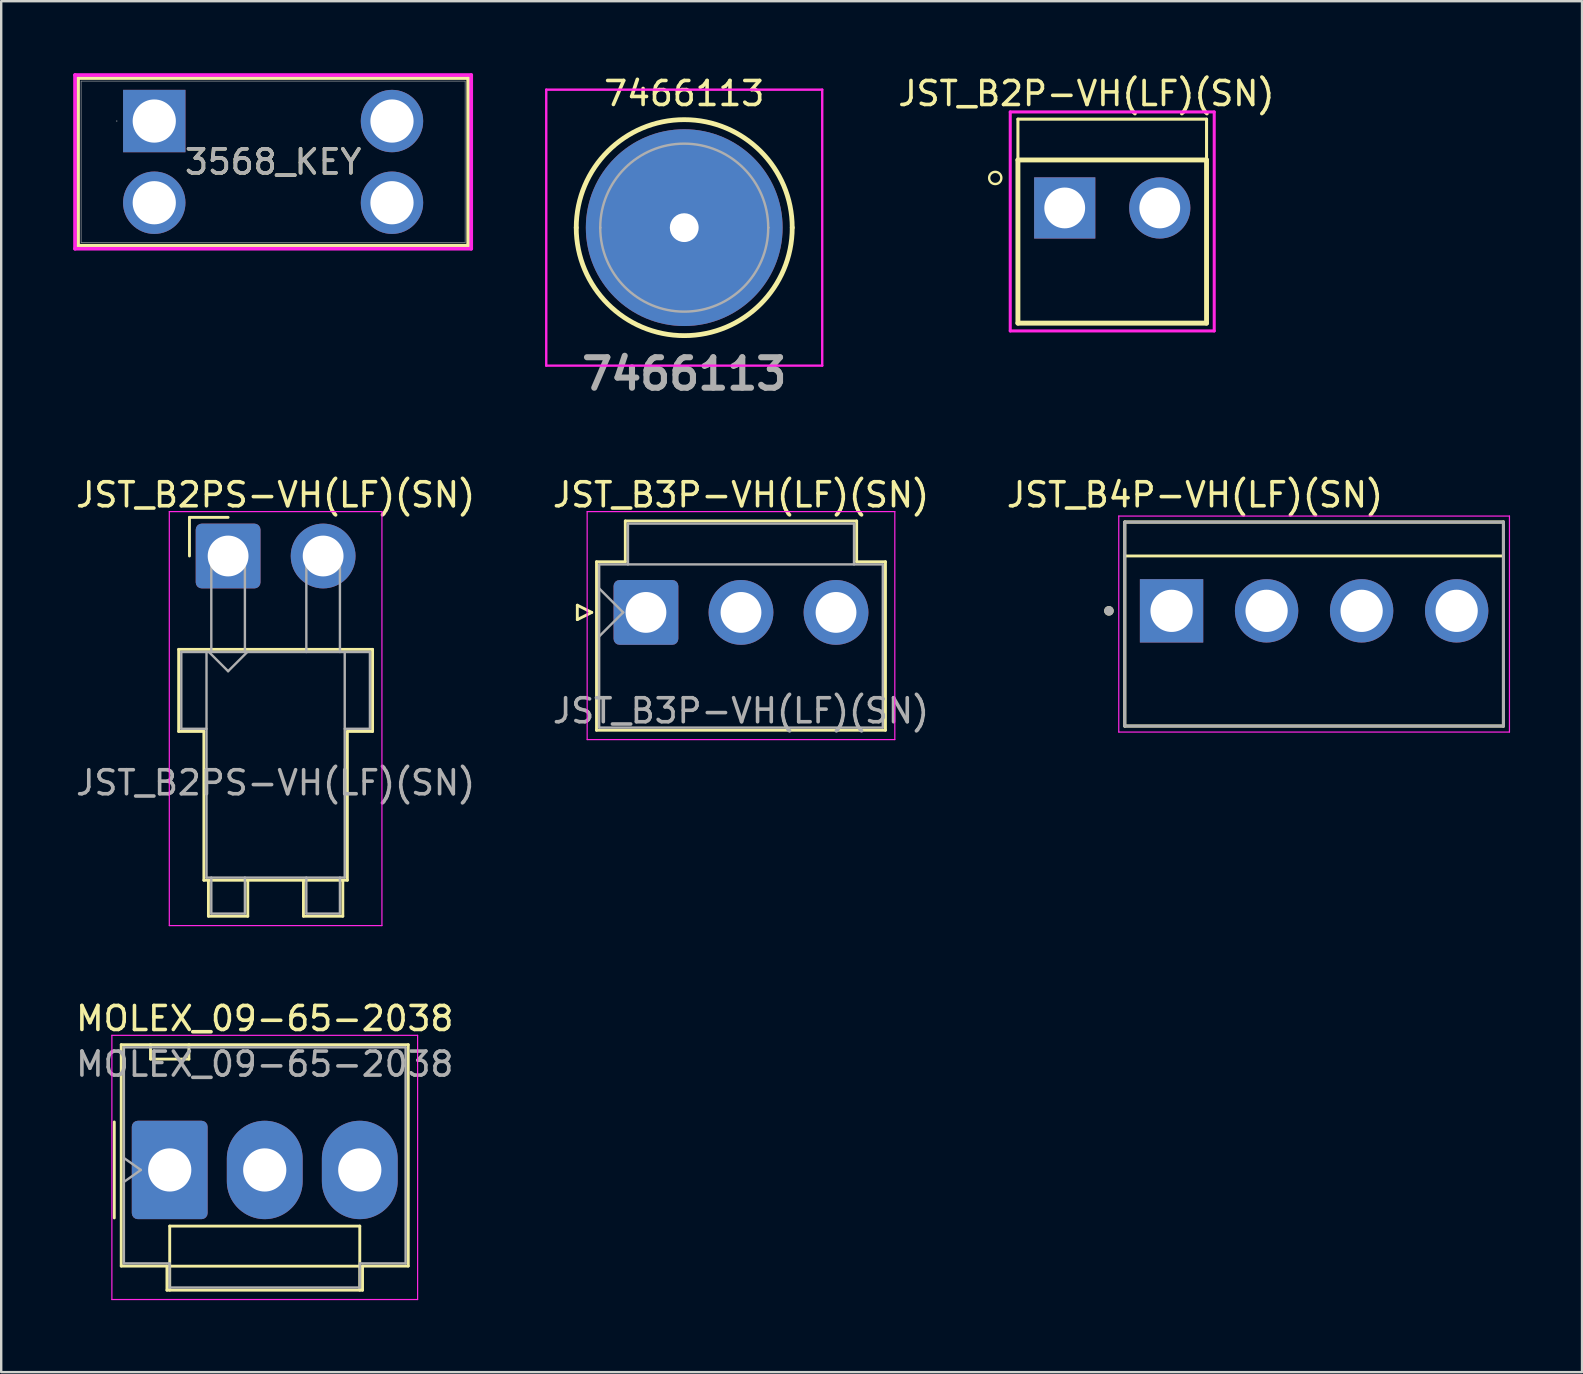
<source format=kicad_pcb>
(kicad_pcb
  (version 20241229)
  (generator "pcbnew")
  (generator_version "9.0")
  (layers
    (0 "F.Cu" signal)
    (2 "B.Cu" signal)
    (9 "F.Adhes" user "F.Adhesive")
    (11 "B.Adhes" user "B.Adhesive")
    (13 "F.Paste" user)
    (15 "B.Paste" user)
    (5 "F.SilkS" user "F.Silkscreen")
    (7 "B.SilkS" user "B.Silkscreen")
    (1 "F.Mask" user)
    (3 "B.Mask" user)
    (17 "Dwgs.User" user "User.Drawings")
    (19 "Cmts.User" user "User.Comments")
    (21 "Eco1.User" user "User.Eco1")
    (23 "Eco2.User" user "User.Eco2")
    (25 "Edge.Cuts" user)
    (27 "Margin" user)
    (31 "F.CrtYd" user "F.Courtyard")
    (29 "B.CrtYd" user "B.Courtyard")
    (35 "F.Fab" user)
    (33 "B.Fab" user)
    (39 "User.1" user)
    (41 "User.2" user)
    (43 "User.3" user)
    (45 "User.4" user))
  (footprint "3568_KEY"
    (layer "F.Cu")
    (at 3.378 1.994)
    (property "Reference" "3568_KEY" (at 4.953 1.702 0) (unlocked yes) (layer "F.SilkS") (effects (font (size 1 1) (thickness 0.15))))
    (attr through_hole)
    (fp_line (start -3.175 -1.791) (end -3.175 5.194) (stroke (width 0.152) (type solid)) (layer "F.SilkS"))
    (fp_line (start 13.081 -1.791) (end -3.175 -1.791) (stroke (width 0.152) (type solid)) (layer "F.SilkS"))
    (fp_line (start 13.081 -1.791) (end 13.081 5.194) (stroke (width 0.152) (type solid)) (layer "F.SilkS"))
    (fp_line (start 13.081 5.194) (end -3.175 5.194) (stroke (width 0.152) (type solid)) (layer "F.SilkS"))
    (fp_line (start -3.302 -1.918) (end 13.208 -1.918) (stroke (width 0.152) (type solid)) (layer "F.CrtYd"))
    (fp_line (start -3.302 5.321) (end -3.302 -1.918) (stroke (width 0.152) (type solid)) (layer "F.CrtYd"))
    (fp_line (start 13.208 -1.918) (end 13.208 5.321) (stroke (width 0.152) (type solid)) (layer "F.CrtYd"))
    (fp_line (start 13.208 5.321) (end -3.302 5.321) (stroke (width 0.152) (type solid)) (layer "F.CrtYd"))
    (fp_line (start -3.048 -1.664) (end -3.048 5.067) (stroke (width 0.025) (type solid)) (layer "F.Fab"))
    (fp_line (start 12.954 -1.664) (end -3.048 -1.664) (stroke (width 0.025) (type solid)) (layer "F.Fab"))
    (fp_line (start 12.954 -1.664) (end 12.954 5.067) (stroke (width 0.025) (type solid)) (layer "F.Fab"))
    (fp_line (start 12.954 5.067) (end -3.048 5.067) (stroke (width 0.025) (type solid)) (layer "F.Fab"))
    (fp_circle (center -1.562 0) (end -1.562 0) (stroke (width 0.025) (type solid)) (fill no) (layer "F.Fab"))
    (fp_text user "${REFERENCE}" (at 4.953 1.702 0) (unlocked yes) (layer "F.Fab") (effects (font (size 1 1) (thickness 0.15))))
    (pad "1" thru_hole rect (at 0 0) (size 2.6 2.6) (drill 1.8) (layers "*.Cu" "*.Mask"))
    (pad "2" thru_hole circle (at 0 3.404) (size 2.6 2.6) (drill 1.8) (layers "*.Cu" "*.Mask"))
    (pad "3" thru_hole circle (at 9.906 3.404) (size 2.6 2.6) (drill 1.8) (layers "*.Cu" "*.Mask"))
    (pad "4" thru_hole circle (at 9.906 0) (size 2.6 2.6) (drill 1.8) (layers "*.Cu" "*.Mask")))
  (footprint "MOLEX_09-65-2038"
    (layer "F.Cu")
    (at 4.022 45.702)
    (property "Reference" "MOLEX_09-65-2038" (at 3.96 -6.31 0) (layer "F.SilkS") (effects (font (size 1 1) (thickness 0.15))))
    (attr through_hole)
    (fp_line (start -2.31 -2) (end -2.31 2) (stroke (width 0.12) (type solid)) (layer "F.SilkS"))
    (fp_line (start -2.02 -5.22) (end 9.94 -5.22) (stroke (width 0.12) (type solid)) (layer "F.SilkS"))
    (fp_line (start -2.02 4.005) (end -2.02 -5.22) (stroke (width 0.12) (type solid)) (layer "F.SilkS"))
    (fp_line (start -0.8 -5.22) (end -0.8 -4.62) (stroke (width 0.12) (type solid)) (layer "F.SilkS"))
    (fp_line (start -0.8 -4.62) (end 0.8 -4.62) (stroke (width 0.12) (type solid)) (layer "F.SilkS"))
    (fp_line (start -0.115 4.005) (end -2.02 4.005) (stroke (width 0.12) (type solid)) (layer "F.SilkS"))
    (fp_line (start -0.115 5.01) (end -0.115 4.005) (stroke (width 0.12) (type solid)) (layer "F.SilkS"))
    (fp_line (start 0 2.34) (end 7.92 2.34) (stroke (width 0.12) (type solid)) (layer "F.SilkS"))
    (fp_line (start 0 4.01) (end 0 2.34) (stroke (width 0.12) (type solid)) (layer "F.SilkS"))
    (fp_line (start 0 4.01) (end 7.92 4.01) (stroke (width 0.12) (type solid)) (layer "F.SilkS"))
    (fp_line (start 0 5.01) (end 0 4.01) (stroke (width 0.12) (type solid)) (layer "F.SilkS"))
    (fp_line (start 0.8 -4.62) (end 0.8 -5.22) (stroke (width 0.12) (type solid)) (layer "F.SilkS"))
    (fp_line (start 7.92 2.34) (end 7.92 4.01) (stroke (width 0.12) (type solid)) (layer "F.SilkS"))
    (fp_line (start 7.92 4.01) (end 7.92 5.01) (stroke (width 0.12) (type solid)) (layer "F.SilkS"))
    (fp_line (start 8.035 4.005) (end 8.035 5.01) (stroke (width 0.12) (type solid)) (layer "F.SilkS"))
    (fp_line (start 8.035 5.01) (end -0.115 5.01) (stroke (width 0.12) (type solid)) (layer "F.SilkS"))
    (fp_line (start 9.94 -5.22) (end 9.94 4.005) (stroke (width 0.12) (type solid)) (layer "F.SilkS"))
    (fp_line (start 9.94 4.005) (end 8.035 4.005) (stroke (width 0.12) (type solid)) (layer "F.SilkS"))
    (fp_line (start -2.41 -5.61) (end -2.41 5.4) (stroke (width 0.05) (type solid)) (layer "F.CrtYd"))
    (fp_line (start -2.41 5.4) (end 10.33 5.4) (stroke (width 0.05) (type solid)) (layer "F.CrtYd"))
    (fp_line (start 10.33 -5.61) (end -2.41 -5.61) (stroke (width 0.05) (type solid)) (layer "F.CrtYd"))
    (fp_line (start 10.33 5.4) (end 10.33 -5.61) (stroke (width 0.05) (type solid)) (layer "F.CrtYd"))
    (fp_line (start -1.91 -5.11) (end 9.83 -5.11) (stroke (width 0.1) (type solid)) (layer "F.Fab"))
    (fp_line (start -1.91 -0.5) (end -1.203 0) (stroke (width 0.1) (type solid)) (layer "F.Fab"))
    (fp_line (start -1.91 3.895) (end -1.91 -5.11) (stroke (width 0.1) (type solid)) (layer "F.Fab"))
    (fp_line (start -1.203 0) (end -1.91 0.5) (stroke (width 0.1) (type solid)) (layer "F.Fab"))
    (fp_line (start -0.005 3.895) (end -1.91 3.895) (stroke (width 0.1) (type solid)) (layer "F.Fab"))
    (fp_line (start -0.005 4.9) (end -0.005 3.895) (stroke (width 0.1) (type solid)) (layer "F.Fab"))
    (fp_line (start 7.925 3.895) (end 7.925 4.9) (stroke (width 0.1) (type solid)) (layer "F.Fab"))
    (fp_line (start 7.925 4.9) (end -0.005 4.9) (stroke (width 0.1) (type solid)) (layer "F.Fab"))
    (fp_line (start 9.83 -5.11) (end 9.83 3.895) (stroke (width 0.1) (type solid)) (layer "F.Fab"))
    (fp_line (start 9.83 3.895) (end 7.925 3.895) (stroke (width 0.1) (type solid)) (layer "F.Fab"))
    (fp_text user "${REFERENCE}" (at 3.96 -4.41 0) (layer "F.Fab") (effects (font (size 1 1) (thickness 0.15))))
    (pad "1" thru_hole roundrect (at 0 0) (size 3.16 4.1) (drill 1.8) (layers "*.Cu" "*.Mask") (roundrect_rratio 0.079))
    (pad "2" thru_hole oval (at 3.96 0) (size 3.16 4.1) (drill 1.8) (layers "*.Cu" "*.Mask"))
    (pad "3" thru_hole oval (at 7.92 0) (size 3.16 4.1) (drill 1.8) (layers "*.Cu" "*.Mask")))
  (footprint "JST_B2PS-VH(LF)(SN)"
    (layer "F.Cu")
    (at 6.455 20.119)
    (property "Reference" "JST_B2PS-VH(LF)(SN)" (at 1.98 -2.55 0) (layer "F.SilkS") (effects (font (size 1 1) (thickness 0.15))))
    (attr through_hole)
    (fp_line (start -2.06 3.89) (end 6.02 3.89) (stroke (width 0.12) (type solid)) (layer "F.SilkS"))
    (fp_line (start -2.06 7.31) (end -2.06 3.89) (stroke (width 0.12) (type solid)) (layer "F.SilkS"))
    (fp_line (start -1.61 -1.61) (end -1.61 0) (stroke (width 0.12) (type solid)) (layer "F.SilkS"))
    (fp_line (start -1.01 7.31) (end -2.06 7.31) (stroke (width 0.12) (type solid)) (layer "F.SilkS"))
    (fp_line (start -1.01 13.51) (end -1.01 7.31) (stroke (width 0.12) (type solid)) (layer "F.SilkS"))
    (fp_line (start -0.82 13.51) (end -0.82 15.01) (stroke (width 0.12) (type solid)) (layer "F.SilkS"))
    (fp_line (start -0.82 15.01) (end 0.82 15.01) (stroke (width 0.12) (type solid)) (layer "F.SilkS"))
    (fp_line (start 0 -1.61) (end -1.61 -1.61) (stroke (width 0.12) (type solid)) (layer "F.SilkS"))
    (fp_line (start 0.82 15.01) (end 0.82 13.51) (stroke (width 0.12) (type solid)) (layer "F.SilkS"))
    (fp_line (start 3.14 13.51) (end 3.14 15.01) (stroke (width 0.12) (type solid)) (layer "F.SilkS"))
    (fp_line (start 3.14 15.01) (end 4.78 15.01) (stroke (width 0.12) (type solid)) (layer "F.SilkS"))
    (fp_line (start 4.78 15.01) (end 4.78 13.51) (stroke (width 0.12) (type solid)) (layer "F.SilkS"))
    (fp_line (start 4.97 7.31) (end 4.97 13.51) (stroke (width 0.12) (type solid)) (layer "F.SilkS"))
    (fp_line (start 4.97 13.51) (end -1.01 13.51) (stroke (width 0.12) (type solid)) (layer "F.SilkS"))
    (fp_line (start 6.02 3.89) (end 6.02 7.31) (stroke (width 0.12) (type solid)) (layer "F.SilkS"))
    (fp_line (start 6.02 7.31) (end 4.97 7.31) (stroke (width 0.12) (type solid)) (layer "F.SilkS"))
    (fp_line (start -2.45 -1.85) (end -2.45 15.4) (stroke (width 0.05) (type solid)) (layer "F.CrtYd"))
    (fp_line (start -2.45 15.4) (end 6.41 15.4) (stroke (width 0.05) (type solid)) (layer "F.CrtYd"))
    (fp_line (start 6.41 -1.85) (end -2.45 -1.85) (stroke (width 0.05) (type solid)) (layer "F.CrtYd"))
    (fp_line (start 6.41 15.4) (end 6.41 -1.85) (stroke (width 0.05) (type solid)) (layer "F.CrtYd"))
    (fp_line (start -1.95 4) (end -0.9 4) (stroke (width 0.1) (type solid)) (layer "F.Fab"))
    (fp_line (start -1.95 7.2) (end -1.95 4) (stroke (width 0.1) (type solid)) (layer "F.Fab"))
    (fp_line (start -0.9 4) (end -0.9 13.4) (stroke (width 0.1) (type solid)) (layer "F.Fab"))
    (fp_line (start -0.9 7.2) (end -1.95 7.2) (stroke (width 0.1) (type solid)) (layer "F.Fab"))
    (fp_line (start -0.9 13.4) (end 4.86 13.4) (stroke (width 0.1) (type solid)) (layer "F.Fab"))
    (fp_line (start -0.8 4) (end 0 4.8) (stroke (width 0.1) (type solid)) (layer "F.Fab"))
    (fp_line (start -0.7 0) (end 0.7 0) (stroke (width 0.1) (type solid)) (layer "F.Fab"))
    (fp_line (start -0.7 4) (end -0.7 0) (stroke (width 0.1) (type solid)) (layer "F.Fab"))
    (fp_line (start -0.7 13.4) (end -0.7 14.9) (stroke (width 0.1) (type solid)) (layer "F.Fab"))
    (fp_line (start -0.7 14.9) (end 0.7 14.9) (stroke (width 0.1) (type solid)) (layer "F.Fab"))
    (fp_line (start 0 4.8) (end 0.8 4) (stroke (width 0.1) (type solid)) (layer "F.Fab"))
    (fp_line (start 0.7 0) (end 0.7 4) (stroke (width 0.1) (type solid)) (layer "F.Fab"))
    (fp_line (start 0.7 14.9) (end 0.7 13.4) (stroke (width 0.1) (type solid)) (layer "F.Fab"))
    (fp_line (start 3.26 0) (end 4.66 0) (stroke (width 0.1) (type solid)) (layer "F.Fab"))
    (fp_line (start 3.26 4) (end 3.26 0) (stroke (width 0.1) (type solid)) (layer "F.Fab"))
    (fp_line (start 3.26 13.4) (end 3.26 14.9) (stroke (width 0.1) (type solid)) (layer "F.Fab"))
    (fp_line (start 3.26 14.9) (end 4.66 14.9) (stroke (width 0.1) (type solid)) (layer "F.Fab"))
    (fp_line (start 4.66 0) (end 4.66 4) (stroke (width 0.1) (type solid)) (layer "F.Fab"))
    (fp_line (start 4.66 14.9) (end 4.66 13.4) (stroke (width 0.1) (type solid)) (layer "F.Fab"))
    (fp_line (start 4.86 4) (end -0.9 4) (stroke (width 0.1) (type solid)) (layer "F.Fab"))
    (fp_line (start 4.86 4) (end 5.91 4) (stroke (width 0.1) (type solid)) (layer "F.Fab"))
    (fp_line (start 4.86 13.4) (end 4.86 4) (stroke (width 0.1) (type solid)) (layer "F.Fab"))
    (fp_line (start 5.91 4) (end 5.91 7.2) (stroke (width 0.1) (type solid)) (layer "F.Fab"))
    (fp_line (start 5.91 7.2) (end 4.86 7.2) (stroke (width 0.1) (type solid)) (layer "F.Fab"))
    (fp_text user "${REFERENCE}" (at 1.98 9.45 0) (layer "F.Fab") (effects (font (size 1 1) (thickness 0.15))))
    (pad "1" thru_hole roundrect (at 0 0) (size 2.7 2.7) (drill 1.7) (layers "*.Cu" "*.Mask") (roundrect_rratio 0.093))
    (pad "2" thru_hole circle (at 3.96 0) (size 2.7 2.7) (drill 1.7) (layers "*.Cu" "*.Mask")))
  (footprint "JST_B3P-VH(LF)(SN)"
    (layer "F.Cu")
    (at 23.867 22.469)
    (property "Reference" "JST_B3P-VH(LF)(SN)" (at 3.96 -4.9 0) (layer "F.SilkS") (effects (font (size 1 1) (thickness 0.15))))
    (attr through_hole)
    (fp_line (start -2.86 -0.3) (end -2.26 0) (stroke (width 0.12) (type solid)) (layer "F.SilkS"))
    (fp_line (start -2.86 0.3) (end -2.86 -0.3) (stroke (width 0.12) (type solid)) (layer "F.SilkS"))
    (fp_line (start -2.26 0) (end -2.86 0.3) (stroke (width 0.12) (type solid)) (layer "F.SilkS"))
    (fp_line (start -2.06 -2.11) (end -0.86 -2.11) (stroke (width 0.12) (type solid)) (layer "F.SilkS"))
    (fp_line (start -2.06 4.91) (end -2.06 -2.11) (stroke (width 0.12) (type solid)) (layer "F.SilkS"))
    (fp_line (start -0.86 -3.81) (end 8.78 -3.81) (stroke (width 0.12) (type solid)) (layer "F.SilkS"))
    (fp_line (start -0.86 -2.11) (end -0.86 -3.81) (stroke (width 0.12) (type solid)) (layer "F.SilkS"))
    (fp_line (start 8.78 -3.81) (end 8.78 -2.11) (stroke (width 0.12) (type solid)) (layer "F.SilkS"))
    (fp_line (start 8.78 -2.11) (end 9.98 -2.11) (stroke (width 0.12) (type solid)) (layer "F.SilkS"))
    (fp_line (start 9.98 -2.11) (end 9.98 4.91) (stroke (width 0.12) (type solid)) (layer "F.SilkS"))
    (fp_line (start 9.98 4.91) (end -2.06 4.91) (stroke (width 0.12) (type solid)) (layer "F.SilkS"))
    (fp_line (start -2.45 -4.2) (end -2.45 5.3) (stroke (width 0.05) (type solid)) (layer "F.CrtYd"))
    (fp_line (start -2.45 5.3) (end 10.37 5.3) (stroke (width 0.05) (type solid)) (layer "F.CrtYd"))
    (fp_line (start 10.37 -4.2) (end -2.45 -4.2) (stroke (width 0.05) (type solid)) (layer "F.CrtYd"))
    (fp_line (start 10.37 5.3) (end 10.37 -4.2) (stroke (width 0.05) (type solid)) (layer "F.CrtYd"))
    (fp_line (start -1.95 -2) (end -1.95 4.8) (stroke (width 0.1) (type solid)) (layer "F.Fab"))
    (fp_line (start -1.95 -1) (end -0.95 0) (stroke (width 0.1) (type solid)) (layer "F.Fab"))
    (fp_line (start -1.95 1) (end -0.95 0) (stroke (width 0.1) (type solid)) (layer "F.Fab"))
    (fp_line (start -1.95 4.8) (end 9.87 4.8) (stroke (width 0.1) (type solid)) (layer "F.Fab"))
    (fp_line (start -0.75 -3.7) (end 8.67 -3.7) (stroke (width 0.1) (type solid)) (layer "F.Fab"))
    (fp_line (start -0.75 -2) (end -0.75 -3.7) (stroke (width 0.1) (type solid)) (layer "F.Fab"))
    (fp_line (start 8.67 -3.7) (end 8.67 -2) (stroke (width 0.1) (type solid)) (layer "F.Fab"))
    (fp_line (start 9.87 -2) (end -1.95 -2) (stroke (width 0.1) (type solid)) (layer "F.Fab"))
    (fp_line (start 9.87 4.8) (end 9.87 -2) (stroke (width 0.1) (type solid)) (layer "F.Fab"))
    (fp_text user "${REFERENCE}" (at 3.96 4.1 0) (layer "F.Fab") (effects (font (size 1 1) (thickness 0.15))))
    (pad "1" thru_hole roundrect (at 0 0) (size 2.7 2.7) (drill 1.7) (layers "*.Cu" "*.Mask") (roundrect_rratio 0.093))
    (pad "2" thru_hole circle (at 3.96 0) (size 2.7 2.7) (drill 1.7) (layers "*.Cu" "*.Mask"))
    (pad "3" thru_hole circle (at 7.92 0) (size 2.7 2.7) (drill 1.7) (layers "*.Cu" "*.Mask")))
  (footprint "JST_B4P-VH(LF)(SN)"
    (layer "F.Cu")
    (at 51.709 22.404)
    (property "Reference" "JST_B4P-VH(LF)(SN)" (at -4.965 -4.835 0) (layer "F.SilkS") (effects (font (size 1 1) (thickness 0.15))))
    (attr through_hole)
    (fp_line (start -7.89 -3.7) (end 7.89 -3.7) (stroke (width 0.127) (type solid)) (layer "F.SilkS"))
    (fp_line (start -7.89 4.8) (end -7.89 -3.7) (stroke (width 0.127) (type solid)) (layer "F.SilkS"))
    (fp_line (start -7.874 -2.286) (end 7.874 -2.286) (stroke (width 0.12) (type solid)) (layer "F.SilkS"))
    (fp_line (start 7.89 -3.7) (end 7.89 4.8) (stroke (width 0.127) (type solid)) (layer "F.SilkS"))
    (fp_line (start 7.89 4.8) (end -7.89 4.8) (stroke (width 0.127) (type solid)) (layer "F.SilkS"))
    (fp_circle (center -8.55 0) (end -8.45 0) (stroke (width 0.2) (type solid)) (fill no) (layer "F.SilkS"))
    (fp_line (start -8.14 -3.95) (end 8.14 -3.95) (stroke (width 0.05) (type solid)) (layer "F.CrtYd"))
    (fp_line (start -8.14 5.05) (end -8.14 -3.95) (stroke (width 0.05) (type solid)) (layer "F.CrtYd"))
    (fp_line (start 8.14 -3.95) (end 8.14 5.05) (stroke (width 0.05) (type solid)) (layer "F.CrtYd"))
    (fp_line (start 8.14 5.05) (end -8.14 5.05) (stroke (width 0.05) (type solid)) (layer "F.CrtYd"))
    (fp_line (start -7.89 -3.7) (end -7.89 4.8) (stroke (width 0.127) (type solid)) (layer "F.Fab"))
    (fp_line (start -7.89 4.8) (end 7.89 4.8) (stroke (width 0.127) (type solid)) (layer "F.Fab"))
    (fp_line (start 7.89 -3.7) (end -7.89 -3.7) (stroke (width 0.127) (type solid)) (layer "F.Fab"))
    (fp_line (start 7.89 4.8) (end 7.89 -3.7) (stroke (width 0.127) (type solid)) (layer "F.Fab"))
    (fp_circle (center -8.55 0) (end -8.45 0) (stroke (width 0.2) (type solid)) (fill no) (layer "F.Fab"))
    (pad "1" thru_hole rect (at -5.94 0) (size 2.64 2.64) (drill 1.76) (layers "*.Cu" "*.Mask"))
    (pad "2" thru_hole circle (at -1.98 0) (size 2.64 2.64) (drill 1.76) (layers "*.Cu" "*.Mask"))
    (pad "3" thru_hole circle (at 1.98 0) (size 2.64 2.64) (drill 1.76) (layers "*.Cu" "*.Mask"))
    (pad "4" thru_hole circle (at 5.94 0) (size 2.64 2.64) (drill 1.76) (layers "*.Cu" "*.Mask")))
  (footprint "7466113"
    (layer "F.Cu")
    (at 25.462 6.436)
    (property "Reference" "7466113" (at 0 -5.588 0) (layer "F.SilkS") (effects (font (size 1 1) (thickness 0.15))))
    (attr smd)
    (fp_arc (start -4.5 0) (mid 0 -4.5) (end 4.5 0) (stroke (width 0.2) (type solid)) (layer "F.SilkS"))
    (fp_arc (start 4.5 0) (mid 0 4.5) (end -4.5 0) (stroke (width 0.2) (type solid)) (layer "F.SilkS"))
    (fp_line (start -5.75 -5.75) (end 5.75 -5.75) (stroke (width 0.1) (type solid)) (layer "F.CrtYd"))
    (fp_line (start -5.75 5.75) (end -5.75 -5.75) (stroke (width 0.1) (type solid)) (layer "F.CrtYd"))
    (fp_line (start 5.75 -5.75) (end 5.75 5.75) (stroke (width 0.1) (type solid)) (layer "F.CrtYd"))
    (fp_line (start 5.75 5.75) (end -5.75 5.75) (stroke (width 0.1) (type solid)) (layer "F.CrtYd"))
    (fp_line (start -3.5 0) (end -3.5 0) (stroke (width 0.1) (type solid)) (layer "F.Fab"))
    (fp_line (start 3.5 0) (end 3.5 0) (stroke (width 0.1) (type solid)) (layer "F.Fab"))
    (fp_arc (start -3.5 0) (mid 0 -3.5) (end 3.5 0) (stroke (width 0.1) (type solid)) (layer "F.Fab"))
    (fp_arc (start 3.5 0) (mid 0 3.5) (end -3.5 0) (stroke (width 0.1) (type solid)) (layer "F.Fab"))
    (fp_text user "${REFERENCE}" (at 0 6.096 0) (layer "F.Fab") (effects (font (size 1.27 1.27) (thickness 0.254))))
    (pad "1" thru_hole circle (at 0 0) (size 8.2 8.2) (drill 1.2) (layers "*.Cu" "*.Mask")))
  (footprint "JST_B2P-VH(LF)(SN)"
    (layer "F.Cu")
    (at 43.297 5.615)
    (property "Reference" "JST_B2P-VH(LF)(SN)" (at -1.077 -4.767 0) (layer "F.SilkS") (effects (font (size 1 1) (thickness 0.15))))
    (attr through_hole)
    (fp_line (start -3.93 -3.7) (end 3.93 -3.7) (stroke (width 0.127) (type solid)) (layer "F.SilkS"))
    (fp_line (start -3.93 -2) (end -3.93 -3.7) (stroke (width 0.127) (type solid)) (layer "F.SilkS"))
    (fp_line (start -3.93 4.8) (end -3.93 -2) (stroke (width 0.203) (type solid)) (layer "F.SilkS"))
    (fp_line (start 3.93 -2) (end -3.93 -2) (stroke (width 0.203) (type solid)) (layer "F.SilkS"))
    (fp_line (start 3.93 -2) (end 3.93 -3.7) (stroke (width 0.127) (type solid)) (layer "F.SilkS"))
    (fp_line (start 3.93 -2) (end 3.93 4.8) (stroke (width 0.203) (type solid)) (layer "F.SilkS"))
    (fp_line (start 3.93 4.8) (end -3.93 4.8) (stroke (width 0.203) (type solid)) (layer "F.SilkS"))
    (fp_circle (center -4.875 -1.25) (end -4.621 -1.25) (stroke (width 0.1) (type solid)) (fill no) (layer "F.SilkS"))
    (fp_line (start -4.25 -4) (end 4.25 -4) (stroke (width 0.127) (type solid)) (layer "F.CrtYd"))
    (fp_line (start -4.25 5.125) (end -4.25 -4) (stroke (width 0.127) (type solid)) (layer "F.CrtYd"))
    (fp_line (start 4.25 -4) (end 4.25 5.125) (stroke (width 0.127) (type solid)) (layer "F.CrtYd"))
    (fp_line (start 4.25 5.125) (end -4.25 5.125) (stroke (width 0.127) (type solid)) (layer "F.CrtYd"))
    (pad "1" thru_hole rect (at -1.98 0) (size 2.55 2.55) (drill 1.7) (layers "*.Cu" "*.Mask"))
    (pad "2" thru_hole circle (at 1.98 0) (size 2.55 2.55) (drill 1.7) (layers "*.Cu" "*.Mask")))
  (gr_rect
    (start -3 -3)
    (end 62.874 54.127)
    (stroke (width 0.1) (type default))
    (fill no)
    (layer "Edge.Cuts")))
</source>
